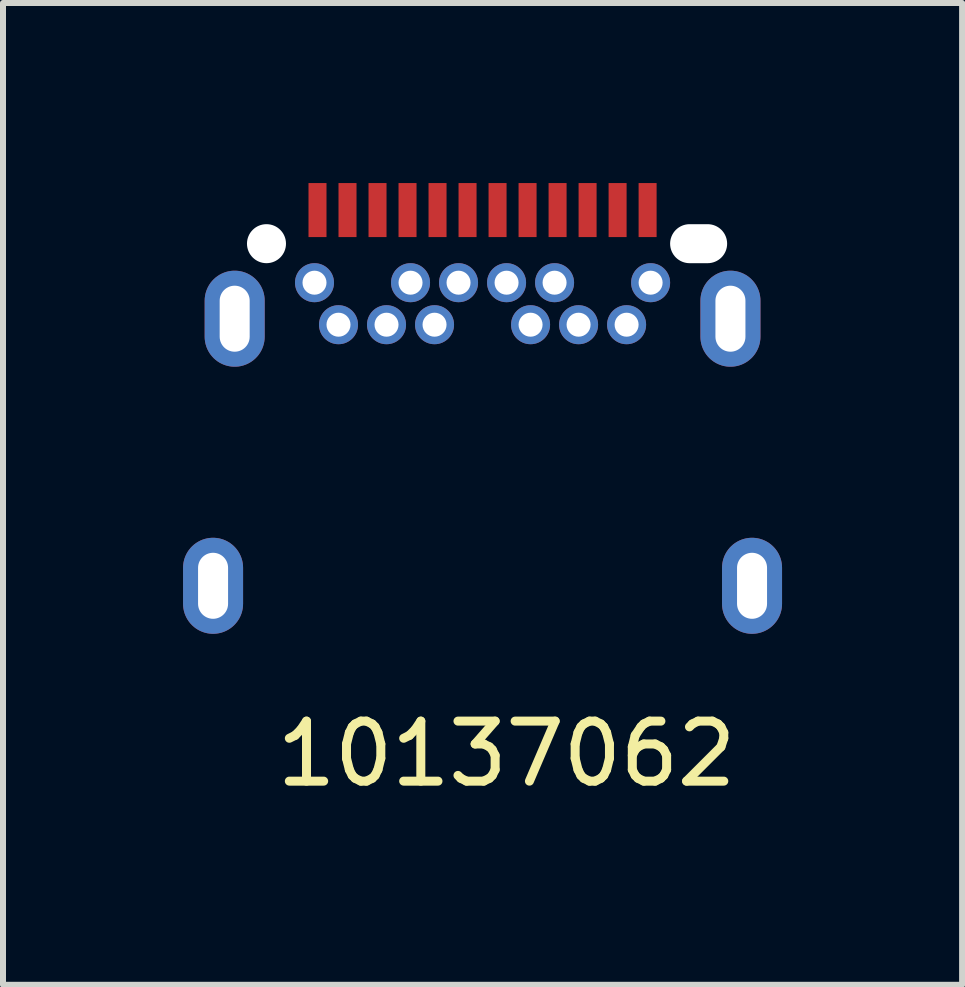
<source format=kicad_pcb>
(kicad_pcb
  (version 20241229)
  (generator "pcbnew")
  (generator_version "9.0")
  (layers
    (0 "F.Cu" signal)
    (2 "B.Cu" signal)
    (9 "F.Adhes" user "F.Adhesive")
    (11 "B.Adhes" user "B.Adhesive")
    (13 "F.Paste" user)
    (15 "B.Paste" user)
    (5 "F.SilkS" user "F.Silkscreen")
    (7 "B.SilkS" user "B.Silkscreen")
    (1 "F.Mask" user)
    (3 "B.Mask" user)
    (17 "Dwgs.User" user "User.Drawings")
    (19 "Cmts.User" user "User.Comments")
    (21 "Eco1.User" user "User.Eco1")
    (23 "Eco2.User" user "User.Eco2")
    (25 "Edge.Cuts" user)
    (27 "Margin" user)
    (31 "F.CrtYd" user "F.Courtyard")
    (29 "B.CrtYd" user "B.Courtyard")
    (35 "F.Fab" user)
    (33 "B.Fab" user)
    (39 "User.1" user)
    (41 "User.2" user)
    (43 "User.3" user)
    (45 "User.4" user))
  (footprint "10137062"
    (layer "F.Cu")
    (at 1.39 1.01)
    (property "Reference" "10137062" (at 4 8.5 0) (layer "F.SilkS") (effects (font (size 1 1) (thickness 0.15))))
    (attr through_hole)
    (pad "" np_thru_hole circle (at 0 0) (size 0.65 0.65) (drill 0.65) (layers "*.Cu" "*.Mask"))
    (pad "" np_thru_hole oval (at 7.2 0) (size 0.95 0.65) (drill oval 0.95 0.65) (layers "*.Cu" "*.Mask"))
    (pad "A1" smd rect (at 0.85 -0.56) (size 0.3 0.9) (layers "F.Cu" "F.Mask" "F.Paste"))
    (pad "A2" smd rect (at 1.35 -0.56) (size 0.3 0.9) (layers "F.Cu" "F.Mask" "F.Paste"))
    (pad "A3" smd rect (at 1.85 -0.56) (size 0.3 0.9) (layers "F.Cu" "F.Mask" "F.Paste"))
    (pad "A4" smd rect (at 2.35 -0.56) (size 0.3 0.9) (layers "F.Cu" "F.Mask" "F.Paste"))
    (pad "A5" smd rect (at 2.85 -0.56) (size 0.3 0.9) (layers "F.Cu" "F.Mask" "F.Paste"))
    (pad "A6" smd rect (at 3.35 -0.56) (size 0.3 0.9) (layers "F.Cu" "F.Mask" "F.Paste"))
    (pad "A7" smd rect (at 3.85 -0.56) (size 0.3 0.9) (layers "F.Cu" "F.Mask" "F.Paste"))
    (pad "A8" smd rect (at 4.35 -0.56) (size 0.3 0.9) (layers "F.Cu" "F.Mask" "F.Paste"))
    (pad "A9" smd rect (at 4.85 -0.56) (size 0.3 0.9) (layers "F.Cu" "F.Mask" "F.Paste"))
    (pad "A10" smd rect (at 5.35 -0.56) (size 0.3 0.9) (layers "F.Cu" "F.Mask" "F.Paste"))
    (pad "A11" smd rect (at 5.85 -0.56) (size 0.3 0.9) (layers "F.Cu" "F.Mask" "F.Paste"))
    (pad "A12" smd rect (at 6.35 -0.56) (size 0.3 0.9) (layers "F.Cu" "F.Mask" "F.Paste"))
    (pad "B1" thru_hole circle (at 6.4 0.65) (size 0.65 0.65) (drill 0.4) (layers "*.Cu" "*.Mask"))
    (pad "B2" thru_hole circle (at 6 1.35) (size 0.65 0.65) (drill 0.4) (layers "*.Cu" "*.Mask"))
    (pad "B3" thru_hole circle (at 5.2 1.35) (size 0.65 0.65) (drill 0.4) (layers "*.Cu" "*.Mask"))
    (pad "B4" thru_hole circle (at 4.8 0.65) (size 0.65 0.65) (drill 0.4) (layers "*.Cu" "*.Mask"))
    (pad "B5" thru_hole circle (at 4.4 1.35) (size 0.65 0.65) (drill 0.4) (layers "*.Cu" "*.Mask"))
    (pad "B6" thru_hole circle (at 4 0.65) (size 0.65 0.65) (drill 0.4) (layers "*.Cu" "*.Mask"))
    (pad "B7" thru_hole circle (at 3.2 0.65) (size 0.65 0.65) (drill 0.4) (layers "*.Cu" "*.Mask"))
    (pad "B8" thru_hole circle (at 2.8 1.35) (size 0.65 0.65) (drill 0.4) (layers "*.Cu" "*.Mask"))
    (pad "B9" thru_hole circle (at 2.4 0.65) (size 0.65 0.65) (drill 0.4) (layers "*.Cu" "*.Mask"))
    (pad "B10" thru_hole circle (at 2 1.35) (size 0.65 0.65) (drill 0.4) (layers "*.Cu" "*.Mask"))
    (pad "B11" thru_hole circle (at 1.2 1.35) (size 0.65 0.65) (drill 0.4) (layers "*.Cu" "*.Mask"))
    (pad "B12" thru_hole circle (at 0.8 0.65) (size 0.65 0.65) (drill 0.4) (layers "*.Cu" "*.Mask"))
    (pad "S1" thru_hole oval (at -0.89 5.7) (size 1 1.6) (drill oval 0.5 1.1) (layers "*.Cu" "*.Mask"))
    (pad "S1" thru_hole oval (at -0.53 1.25) (size 1 1.6) (drill oval 0.5 1.1) (layers "*.Cu" "*.Mask"))
    (pad "S1" thru_hole oval (at 7.73 1.25) (size 1 1.6) (drill oval 0.5 1.1) (layers "*.Cu" "*.Mask"))
    (pad "S1" thru_hole oval (at 8.09 5.7) (size 1 1.6) (drill oval 0.5 1.1) (layers "*.Cu" "*.Mask")))
  (gr_rect
    (start -3 -3)
    (end 12.98 13.358)
    (stroke (width 0.1) (type default))
    (fill no)
    (layer "Edge.Cuts")))
</source>
